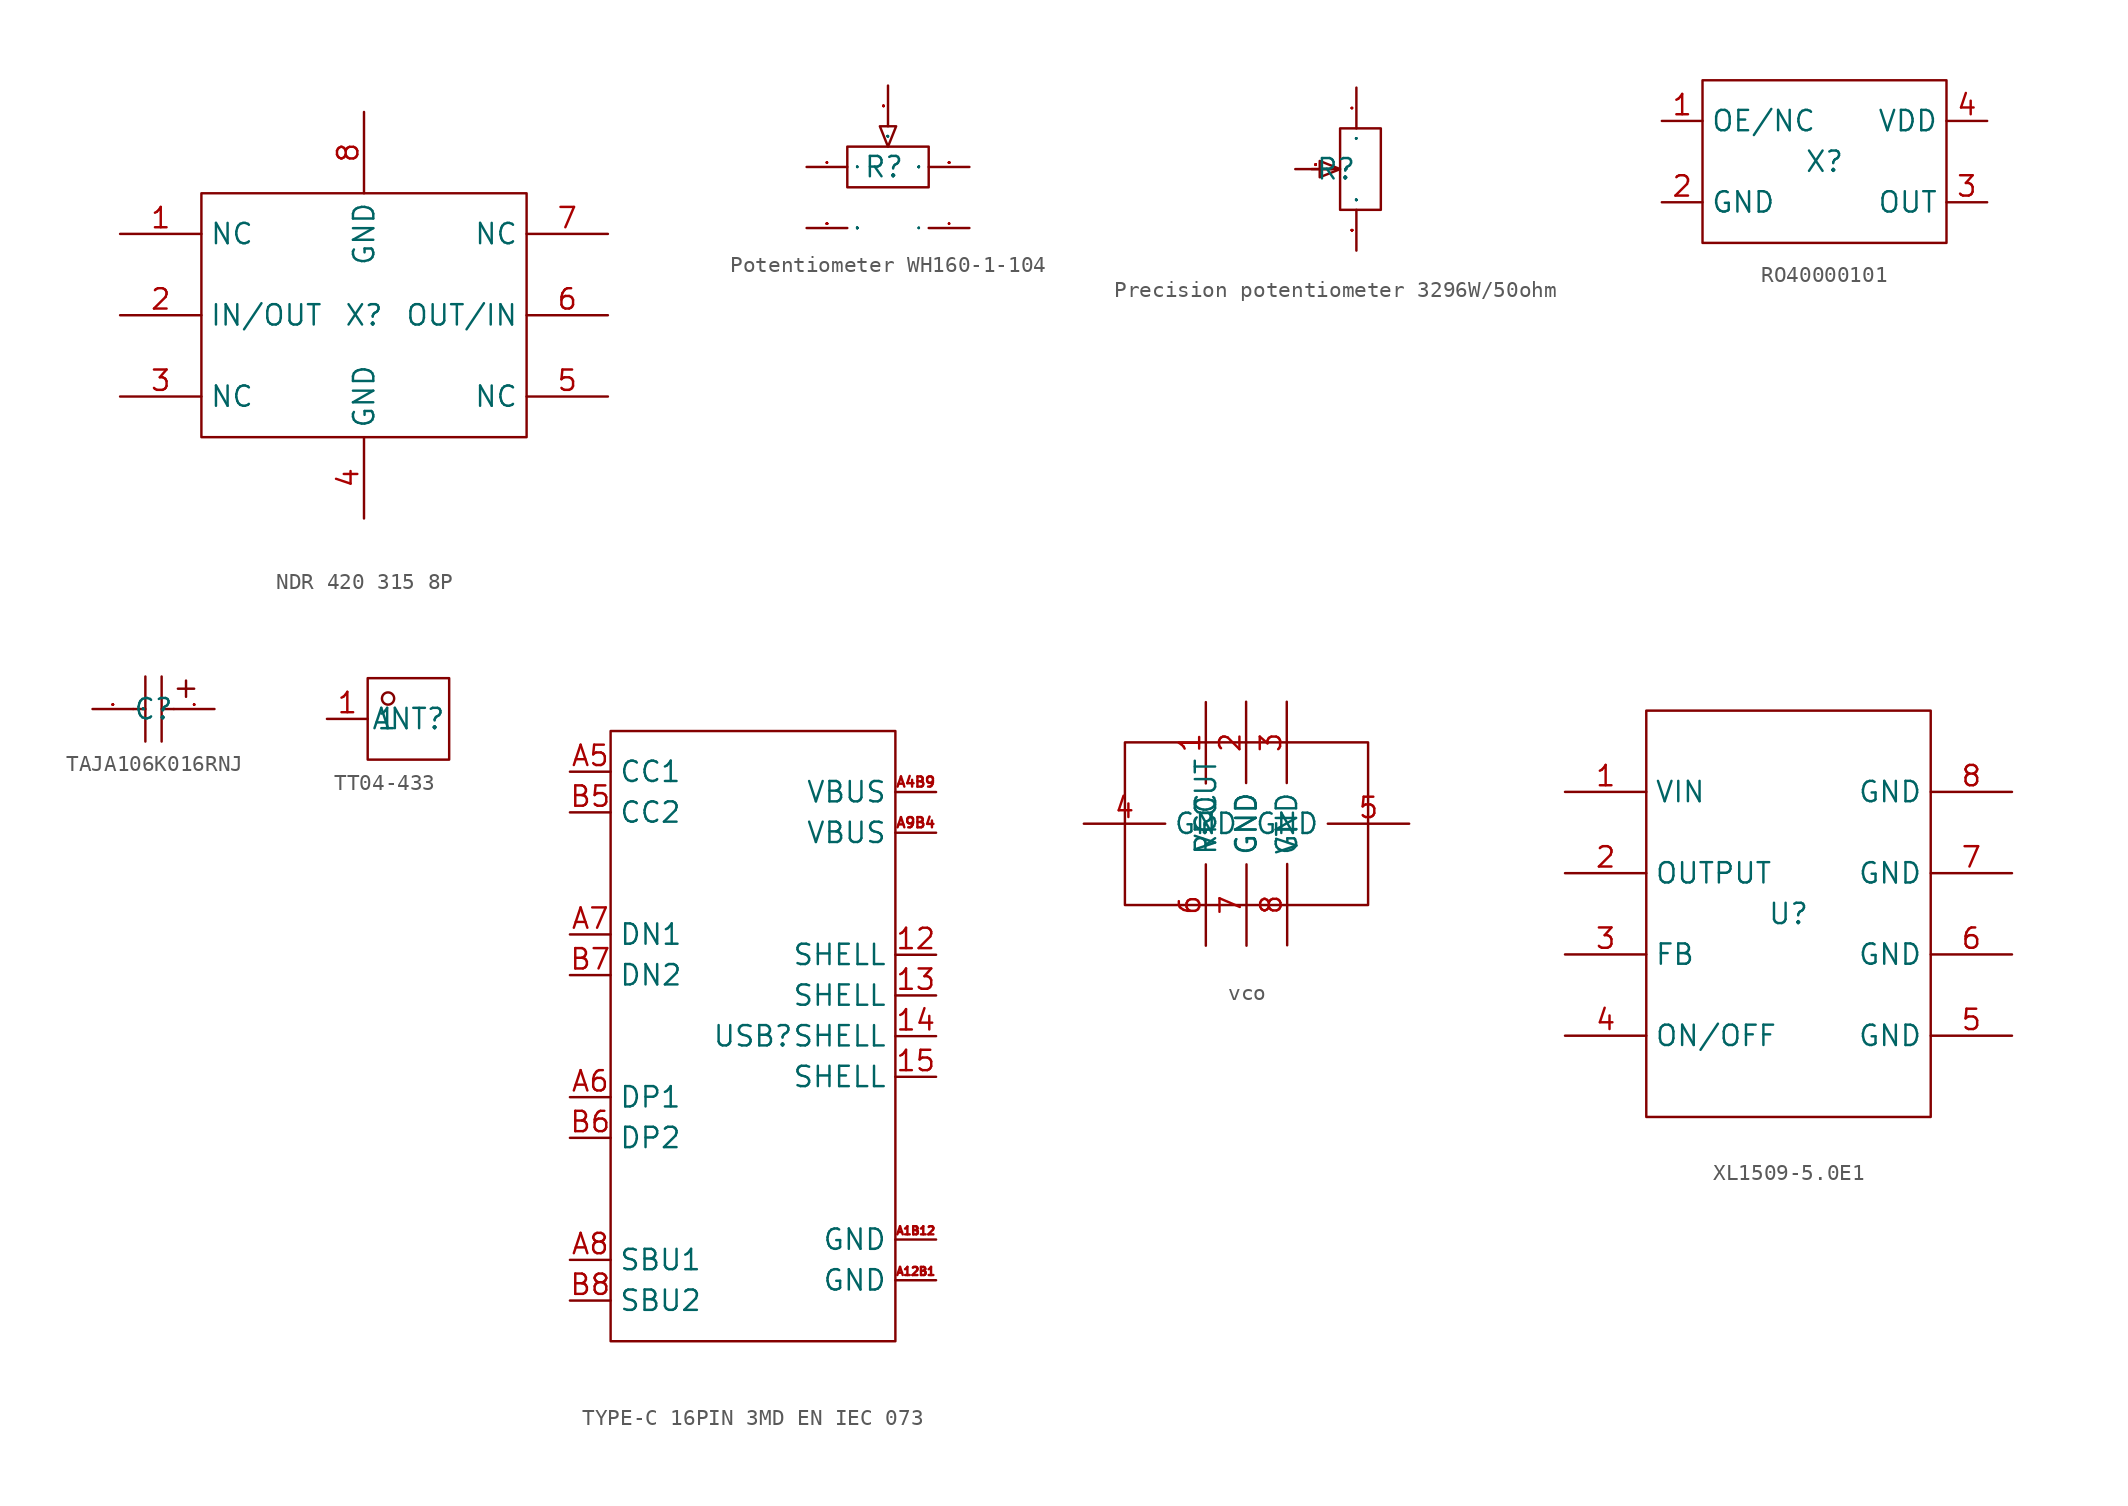
<source format=kicad_sym>
(kicad_symbol_lib
  (version 20231120)
  (generator "kicad_symbol_editor")
  (generator_version "8.0")
  (symbol "NDR 420 315 8P"
    (property "Reference" "X"
      (at 0 0 0)
      (effects (font (size 1.27 1.27))))
    (symbol "NDR 420 315 8P_1_0"
      (rectangle (start -10.16 -7.62) (end 10.16 7.62) (stroke (width 0) (type default)) (fill (type none)))
      (pin unspecified line (at -15.24 5.08 0) (length 5.08) (name "NC" (effects (font (size 1.27 1.27)))) (number "1" (effects (font (size 1.27 1.27)))))
      (pin unspecified line (at -15.24 0 0) (length 5.08) (name "IN/OUT" (effects (font (size 1.27 1.27)))) (number "2" (effects (font (size 1.27 1.27)))))
      (pin unspecified line (at -15.24 -5.08 0) (length 5.08) (name "NC" (effects (font (size 1.27 1.27)))) (number "3" (effects (font (size 1.27 1.27)))))
      (pin unspecified line (at 0 -12.7 90) (length 5.08) (name "GND" (effects (font (size 1.27 1.27)))) (number "4" (effects (font (size 1.27 1.27)))))
      (pin unspecified line (at 15.24 -5.08 180) (length 5.08) (name "NC" (effects (font (size 1.27 1.27)))) (number "5" (effects (font (size 1.27 1.27)))))
      (pin unspecified line (at 15.24 0 180) (length 5.08) (name "OUT/IN" (effects (font (size 1.27 1.27)))) (number "6" (effects (font (size 1.27 1.27)))))
      (pin unspecified line (at 15.24 5.08 180) (length 5.08) (name "NC" (effects (font (size 1.27 1.27)))) (number "7" (effects (font (size 1.27 1.27)))))
      (pin unspecified line (at 0 12.7 270) (length 5.08) (name "GND" (effects (font (size 1.27 1.27)))) (number "8" (effects (font (size 1.27 1.27)))))))
  (symbol "Potentiometer WH160-1-104"
    (property "Reference" "R"
      (at 0 0 0)
      (effects (font (size 1.27 1.27))))
    (property "Value" ""
      (at 0 0 0)
      (effects (font (size 1.27 1.27))))
    (symbol "Potentiometer WH160-1-104_1_0"
      (polyline (pts (xy 0.254 1.27) (xy -0.254 2.54) (xy -0.254 2.54) (xy 0.762 2.54) (xy 0.762 2.54) (xy 0.254 1.27)) (stroke (width 0) (type default)) (fill (type none)))
      (polyline (pts (xy -2.286 1.27) (xy 2.794 1.27) (xy 2.794 1.27) (xy 2.794 -1.27) (xy 2.794 -1.27) (xy -2.286 -1.27) (xy -2.286 -1.27) (xy -2.286 1.27)) (stroke (width 0) (type default)) (fill (type none)))
      (pin input line (at -4.826 0 0) (length 2.54) (name "1" (effects (font (size 0.025 0.025)))) (number "1" (effects (font (size 0.025 0.025)))))
      (pin input line (at 0.254 5.08 270) (length 2.54) (name "2" (effects (font (size 0.025 0.025)))) (number "2" (effects (font (size 0.025 0.025)))))
      (pin input line (at 5.334 0 180) (length 2.54) (name "3" (effects (font (size 0.025 0.025)))) (number "3" (effects (font (size 0.025 0.025)))))
      (pin input line (at 5.334 -3.81 180) (length 2.54) (name "4" (effects (font (size 0.025 0.025)))) (number "4" (effects (font (size 0.025 0.025)))))
      (pin input line (at -4.826 -3.81 0) (length 2.54) (name "5" (effects (font (size 0.025 0.025)))) (number "5" (effects (font (size 0.025 0.025)))))))
  (symbol "Precision potentiometer 3296W/50ohm"
    (property "Reference" "R"
      (at 0 0 0)
      (effects (font (size 1.27 1.27))))
    (symbol "Precision potentiometer 3296W/50ohm_1_0"
      (polyline (pts (xy -0.254 0) (xy -1.524 0)) (stroke (width 0) (type default)) (fill (type none)))
      (polyline (pts (xy 0.254 0) (xy -1.016 -0.508) (xy -1.016 -0.508) (xy -1.016 0.508) (xy -1.016 0.508) (xy 0.254 0)) (stroke (width 0) (type default)) (fill (type none)))
      (polyline (pts (xy 0.254 -2.54) (xy 0.254 2.54) (xy 0.254 2.54) (xy 2.794 2.54) (xy 2.794 2.54) (xy 2.794 -2.54) (xy 2.794 -2.54) (xy 0.254 -2.54)) (stroke (width 0) (type default)) (fill (type none)))
      (pin input line (at 1.27 5.08 270) (length 2.54) (name "1" (effects (font (size 0.025 0.025)))) (number "1" (effects (font (size 0.025 0.025)))))
      (pin input line (at -2.54 0 0) (length 2.54) (name "2" (effects (font (size 0.025 0.025)))) (number "2" (effects (font (size 0.025 0.025)))))
      (pin input line (at 1.27 -5.08 90) (length 2.54) (name "3" (effects (font (size 0.025 0.025)))) (number "3" (effects (font (size 0.025 0.025)))))))
  (symbol "RO40000101"
    (property "Reference" "X"
      (at 0 0 0)
      (effects (font (size 1.27 1.27))))
    (symbol "RO40000101_1_0"
      (rectangle (start -7.62 5.08) (end 7.62 -5.08) (stroke (width 0) (type default)) (fill (type none)))
      (pin unspecified line (at -10.16 2.54 0) (length 2.54) (name "OE/NC" (effects (font (size 1.27 1.27)))) (number "1" (effects (font (size 1.27 1.27)))))
      (pin unspecified line (at -10.16 -2.54 0) (length 2.54) (name "GND" (effects (font (size 1.27 1.27)))) (number "2" (effects (font (size 1.27 1.27)))))
      (pin unspecified line (at 10.16 -2.54 180) (length 2.54) (name "OUT" (effects (font (size 1.27 1.27)))) (number "3" (effects (font (size 1.27 1.27)))))
      (pin unspecified line (at 10.16 2.54 180) (length 2.54) (name "VDD" (effects (font (size 1.27 1.27)))) (number "4" (effects (font (size 1.27 1.27)))))))
  (symbol "TAJA106K016RNJ"
    (property "Reference" "C"
      (at 0 0 0)
      (effects (font (size 1.27 1.27))))
    (symbol "TAJA106K016RNJ_1_0"
      (polyline (pts (xy -0.508 -2.032) (xy -0.508 2.032)) (stroke (width 0) (type default)) (fill (type none)))
      (polyline (pts (xy -0.508 0) (xy -1.27 0)) (stroke (width 0) (type default)) (fill (type none)))
      (polyline (pts (xy 0.508 -2.032) (xy 0.508 2.032)) (stroke (width 0) (type default)) (fill (type none)))
      (polyline (pts (xy 1.27 0) (xy 0.508 0)) (stroke (width 0) (type default)) (fill (type none)))
      (polyline (pts (xy 1.524 1.27) (xy 2.54 1.27)) (stroke (width 0) (type default)) (fill (type none)))
      (polyline (pts (xy 2.032 1.778) (xy 2.032 0.762)) (stroke (width 0) (type default)) (fill (type none)))
      (pin input line (at 3.81 0 180) (length 2.54) (name "1" (effects (font (size 0.025 0.025)))) (number "1" (effects (font (size 0.025 0.025)))))
      (pin input line (at -3.81 0 0) (length 2.54) (name "2" (effects (font (size 0.025 0.025)))) (number "2" (effects (font (size 0.025 0.025)))))))
  (symbol "TT04-433"
    (property "Reference" "ANT"
      (at 0 0 0)
      (effects (font (size 1.27 1.27))))
    (property "Value" ""
      (at 0 0 0)
      (effects (font (size 1.27 1.27))))
    (symbol "TT04-433_1_0"
      (rectangle (start -2.54 -2.54) (end 2.54 2.54) (stroke (width 0) (type default)) (fill (type none)))
      (circle (center -1.27 1.27) (radius 0.381) (stroke (width 0) (type default)) (fill (type none)))
      (pin unspecified line (at -5.08 0 0) (length 2.54) (name "1" (effects (font (size 1.27 1.27)))) (number "1" (effects (font (size 1.27 1.27)))))))
  (symbol "TYPE-C 16PIN 3MD EN IEC 073"
    (property "Reference" "USB"
      (at 0 0 0)
      (effects (font (size 1.27 1.27))))
    (property "Value" ""
      (at 0 0 0)
      (effects (font (size 1.27 1.27))))
    (symbol "TYPE-C 16PIN 3MD EN IEC 073_1_0"
      (rectangle (start -8.89 19.05) (end 8.89 -19.05) (stroke (width 0) (type default)) (fill (type none)))
      (pin unspecified line (at 11.43 5.08 180) (length 2.54) (name "SHELL" (effects (font (size 1.27 1.27)))) (number "12" (effects (font (size 1.27 1.27)))))
      (pin unspecified line (at 11.43 2.54 180) (length 2.54) (name "SHELL" (effects (font (size 1.27 1.27)))) (number "13" (effects (font (size 1.27 1.27)))))
      (pin unspecified line (at 11.43 0 180) (length 2.54) (name "SHELL" (effects (font (size 1.27 1.27)))) (number "14" (effects (font (size 1.27 1.27)))))
      (pin unspecified line (at 11.43 -2.54 180) (length 2.54) (name "SHELL" (effects (font (size 1.27 1.27)))) (number "15" (effects (font (size 1.27 1.27)))))
      (pin unspecified line (at 11.43 -15.24 180) (length 2.54) (name "GND" (effects (font (size 1.27 1.27)))) (number "A12B1" (effects (font (size 0.508 0.508)))))
      (pin unspecified line (at 11.43 -12.7 180) (length 2.54) (name "GND" (effects (font (size 1.27 1.27)))) (number "A1B12" (effects (font (size 0.508 0.508)))))
      (pin unspecified line (at 11.43 15.24 180) (length 2.54) (name "VBUS" (effects (font (size 1.27 1.27)))) (number "A4B9" (effects (font (size 0.635 0.635)))))
      (pin unspecified line (at -11.43 16.51 0) (length 2.54) (name "CC1" (effects (font (size 1.27 1.27)))) (number "A5" (effects (font (size 1.27 1.27)))))
      (pin unspecified line (at -11.43 -3.81 0) (length 2.54) (name "DP1" (effects (font (size 1.27 1.27)))) (number "A6" (effects (font (size 1.27 1.27)))))
      (pin unspecified line (at -11.43 6.35 0) (length 2.54) (name "DN1" (effects (font (size 1.27 1.27)))) (number "A7" (effects (font (size 1.27 1.27)))))
      (pin unspecified line (at -11.43 -13.97 0) (length 2.54) (name "SBU1" (effects (font (size 1.27 1.27)))) (number "A8" (effects (font (size 1.27 1.27)))))
      (pin unspecified line (at 11.43 12.7 180) (length 2.54) (name "VBUS" (effects (font (size 1.27 1.27)))) (number "A9B4" (effects (font (size 0.635 0.635)))))
      (pin unspecified line (at -11.43 13.97 0) (length 2.54) (name "CC2" (effects (font (size 1.27 1.27)))) (number "B5" (effects (font (size 1.27 1.27)))))
      (pin unspecified line (at -11.43 -6.35 0) (length 2.54) (name "DP2" (effects (font (size 1.27 1.27)))) (number "B6" (effects (font (size 1.27 1.27)))))
      (pin unspecified line (at -11.43 3.81 0) (length 2.54) (name "DN2" (effects (font (size 1.27 1.27)))) (number "B7" (effects (font (size 1.27 1.27)))))
      (pin unspecified line (at -11.43 -16.51 0) (length 2.54) (name "SBU2" (effects (font (size 1.27 1.27)))) (number "B8" (effects (font (size 1.27 1.27)))))))
  (symbol "vco"
    (property "Reference" ""
      (at 0 0 0)
      (effects (font (size 1.27 1.27))))
    (property "Value" ""
      (at 0 0 0)
      (effects (font (size 1.27 1.27))))
    (symbol "vco_1_0"
      (rectangle (start -5.055 5.08) (end 10.135 -5.08) (stroke (width 0) (type default)) (fill (type none)))
      (pin input line (at 0 7.595 270) (length 5.08) (name "VCC" (effects (font (size 1.27 1.27)))) (number "1" (effects (font (size 1.27 1.27)))))
      (pin input line (at 2.515 7.62 270) (length 5.08) (name "GND" (effects (font (size 1.27 1.27)))) (number "2" (effects (font (size 1.27 1.27)))))
      (pin input line (at 5.055 7.62 270) (length 5.08) (name "GND" (effects (font (size 1.27 1.27)))) (number "3" (effects (font (size 1.27 1.27)))))
      (pin input line (at -7.62 0 0) (length 5.08) (name "GND" (effects (font (size 1.27 1.27)))) (number "4" (effects (font (size 1.27 1.27)))))
      (pin input line (at 12.7 0 180) (length 5.08) (name "GND" (effects (font (size 1.27 1.27)))) (number "5" (effects (font (size 1.27 1.27)))))
      (pin input line (at 0 -7.62 90) (length 5.08) (name "RFOUT" (effects (font (size 1.27 1.27)))) (number "6" (effects (font (size 1.27 1.27)))))
      (pin input line (at 2.54 -7.62 90) (length 5.08) (name "GND" (effects (font (size 1.27 1.27)))) (number "7" (effects (font (size 1.27 1.27)))))
      (pin input line (at 5.08 -7.595 90) (length 5.08) (name "VT" (effects (font (size 1.27 1.27)))) (number "8" (effects (font (size 1.27 1.27)))))))
  (symbol "XL1509-5.0E1"
    (property "Reference" "U"
      (at 0 0 0)
      (effects (font (size 1.27 1.27))))
    (property "Value" ""
      (at 0 0 0)
      (effects (font (size 1.27 1.27))))
    (symbol "XL1509-5.0E1_1_0"
      (rectangle (start -8.89 -12.7) (end 8.89 12.7) (stroke (width 0) (type default)) (fill (type none)))
      (pin unspecified line (at -13.97 7.62 0) (length 5.08) (name "VIN" (effects (font (size 1.27 1.27)))) (number "1" (effects (font (size 1.27 1.27)))))
      (pin unspecified line (at -13.97 2.54 0) (length 5.08) (name "OUTPUT" (effects (font (size 1.27 1.27)))) (number "2" (effects (font (size 1.27 1.27)))))
      (pin unspecified line (at -13.97 -2.54 0) (length 5.08) (name "FB" (effects (font (size 1.27 1.27)))) (number "3" (effects (font (size 1.27 1.27)))))
      (pin unspecified line (at -13.97 -7.62 0) (length 5.08) (name "ON/OFF" (effects (font (size 1.27 1.27)))) (number "4" (effects (font (size 1.27 1.27)))))
      (pin unspecified line (at 13.97 -7.62 180) (length 5.08) (name "GND" (effects (font (size 1.27 1.27)))) (number "5" (effects (font (size 1.27 1.27)))))
      (pin unspecified line (at 13.97 -2.54 180) (length 5.08) (name "GND" (effects (font (size 1.27 1.27)))) (number "6" (effects (font (size 1.27 1.27)))))
      (pin unspecified line (at 13.97 2.54 180) (length 5.08) (name "GND" (effects (font (size 1.27 1.27)))) (number "7" (effects (font (size 1.27 1.27)))))
      (pin unspecified line (at 13.97 7.62 180) (length 5.08) (name "GND" (effects (font (size 1.27 1.27)))) (number "8" (effects (font (size 1.27 1.27))))))))
</source>
